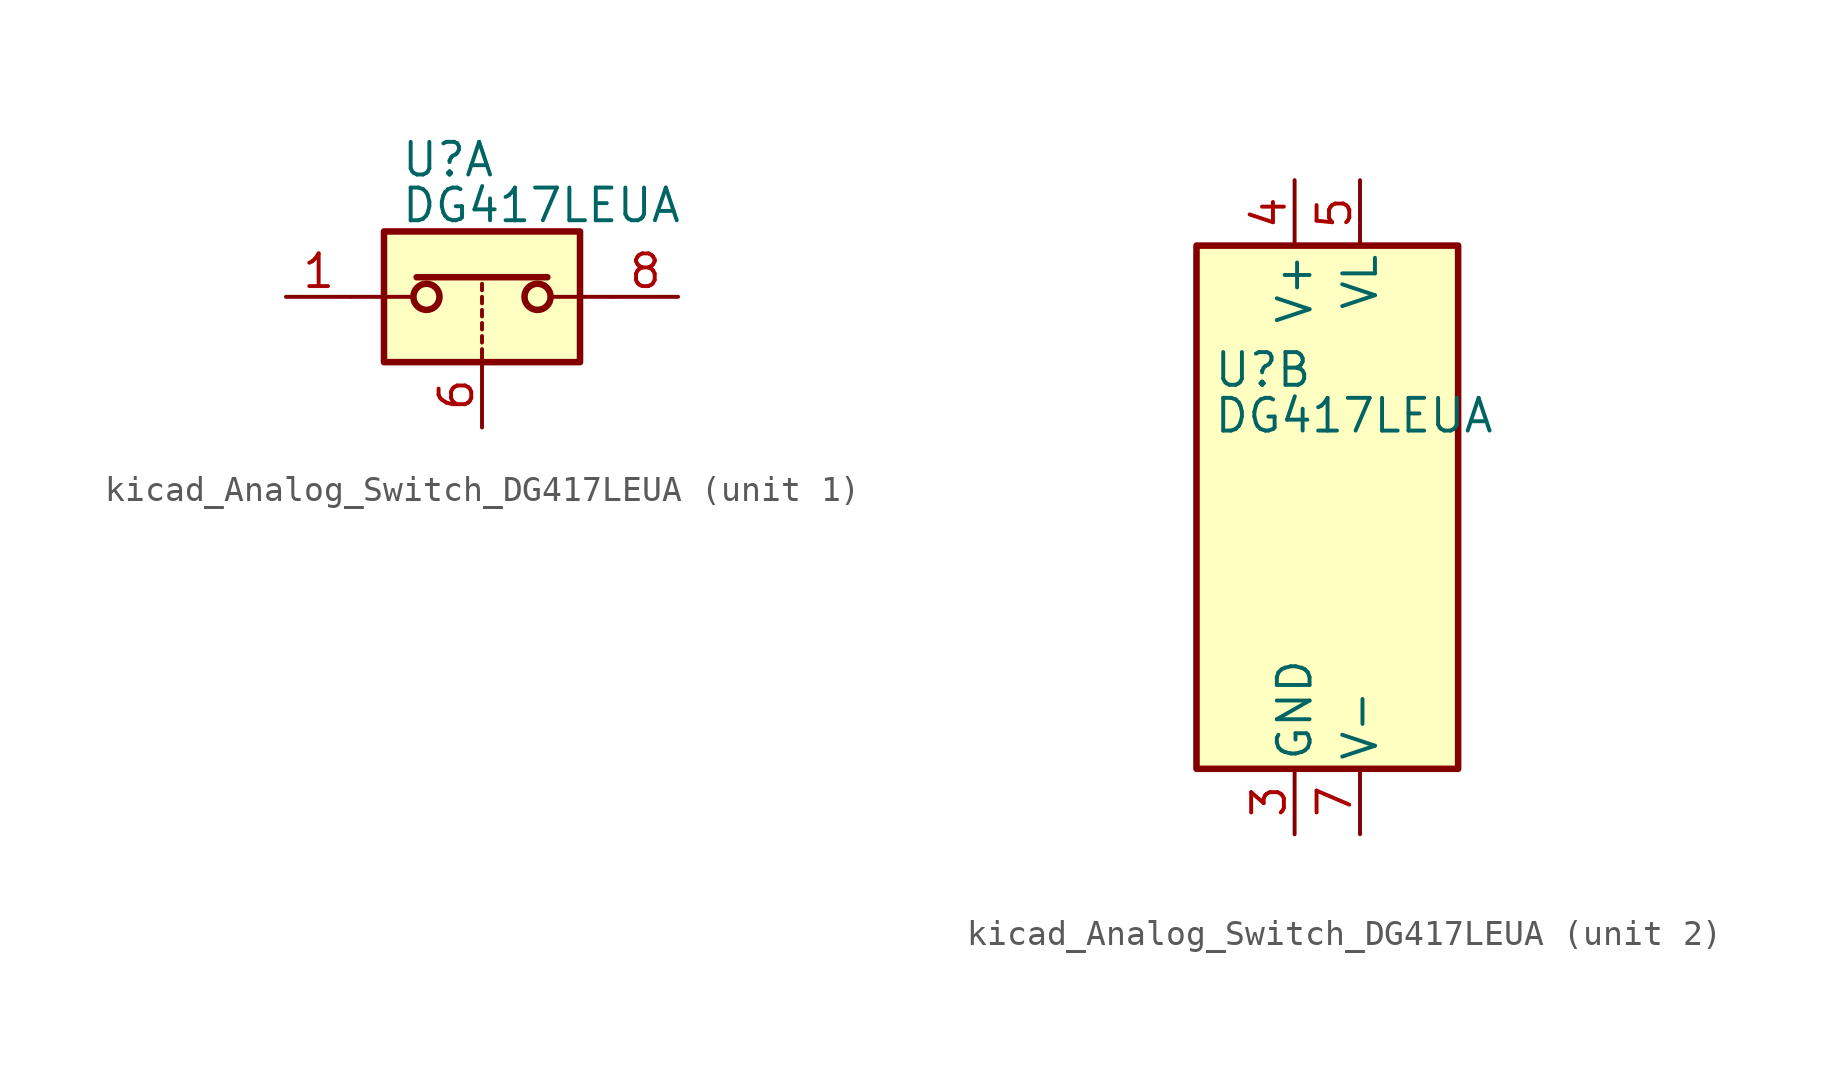
<source format=kicad_sym>
(kicad_symbol_lib
  (version 20220914)
  (generator kicad_symbol_editor)
  (symbol "kicad_Analog_Switch_DG417LEUA"
    (pin_names
      (offset 0.254))
    (property "Reference" "U"
      (at -3.175 5.334 0)
      (effects (font (size 1.27 1.27)) (justify left)))
    (property "Value" "DG417LEUA"
      (at -3.175 3.556 0)
      (effects (font (size 1.27 1.27)) (justify left)))
    (symbol "kicad_Analog_Switch_DG417LEUA_1_1"
      (rectangle (start -3.81 2.54) (end 3.81 -2.54) (stroke (width 0.254) (type default)) (fill (type background)))
      (circle (center -2.159 0) (radius 0.508) (stroke (width 0.254) (type default)) (fill (type none)))
      (polyline (pts (xy -5.08 0) (xy -2.794 0)) (stroke (width 0) (type default)) (fill (type none)))
      (polyline (pts (xy -2.54 0.762) (xy 2.54 0.762)) (stroke (width 0.254) (type default)) (fill (type none)))
      (polyline (pts (xy 0 -2.54) (xy 0 -2.032)) (stroke (width 0) (type default)) (fill (type none)))
      (polyline (pts (xy 0 -1.778) (xy 0 -1.524)) (stroke (width 0) (type default)) (fill (type none)))
      (polyline (pts (xy 0 -1.27) (xy 0 -1.016)) (stroke (width 0) (type default)) (fill (type none)))
      (polyline (pts (xy 0 -0.762) (xy 0 -0.508)) (stroke (width 0) (type default)) (fill (type none)))
      (polyline (pts (xy 0 -0.254) (xy 0 0)) (stroke (width 0) (type default)) (fill (type none)))
      (polyline (pts (xy 0 0.254) (xy 0 0.508)) (stroke (width 0) (type default)) (fill (type none)))
      (polyline (pts (xy 5.08 0) (xy 2.794 0)) (stroke (width 0) (type default)) (fill (type none)))
      (circle (center 2.159 0) (radius 0.508) (stroke (width 0.254) (type default)) (fill (type none)))
      (pin passive line (at -7.62 0 0) (length 2.54) (name "~" (effects (font (size 1.27 1.27)))) (number "1" (effects (font (size 1.27 1.27)))))
      (pin input line (at 0 -5.08 90) (length 2.54) (name "~" (effects (font (size 1.27 1.27)))) (number "6" (effects (font (size 1.27 1.27)))))
      (pin passive line (at 7.62 0 180) (length 2.54) (name "~" (effects (font (size 1.27 1.27)))) (number "8" (effects (font (size 1.27 1.27))))))
    (symbol "kicad_Analog_Switch_DG417LEUA_2_0"
      (pin no_connect line (at -2.54 10.16 270) (length 2.54) hide (name "NC" (effects (font (size 1.27 1.27)))) (number "2" (effects (font (size 1.27 1.27)))))
      (pin power_in line (at 0 -12.7 90) (length 2.54) (name "GND" (effects (font (size 1.27 1.27)))) (number "3" (effects (font (size 1.27 1.27)))))
      (pin power_in line (at 0 12.7 270) (length 2.54) (name "V+" (effects (font (size 1.27 1.27)))) (number "4" (effects (font (size 1.27 1.27)))))
      (pin power_in line (at 2.54 12.7 270) (length 2.54) (name "VL" (effects (font (size 1.27 1.27)))) (number "5" (effects (font (size 1.27 1.27)))))
      (pin power_in line (at 2.54 -12.7 90) (length 2.54) (name "V-" (effects (font (size 1.27 1.27)))) (number "7" (effects (font (size 1.27 1.27))))))
    (symbol "kicad_Analog_Switch_DG417LEUA_2_1"
      (rectangle (start -3.81 10.16) (end 6.35 -10.16) (stroke (width 0.254) (type default)) (fill (type background))))))
</source>
